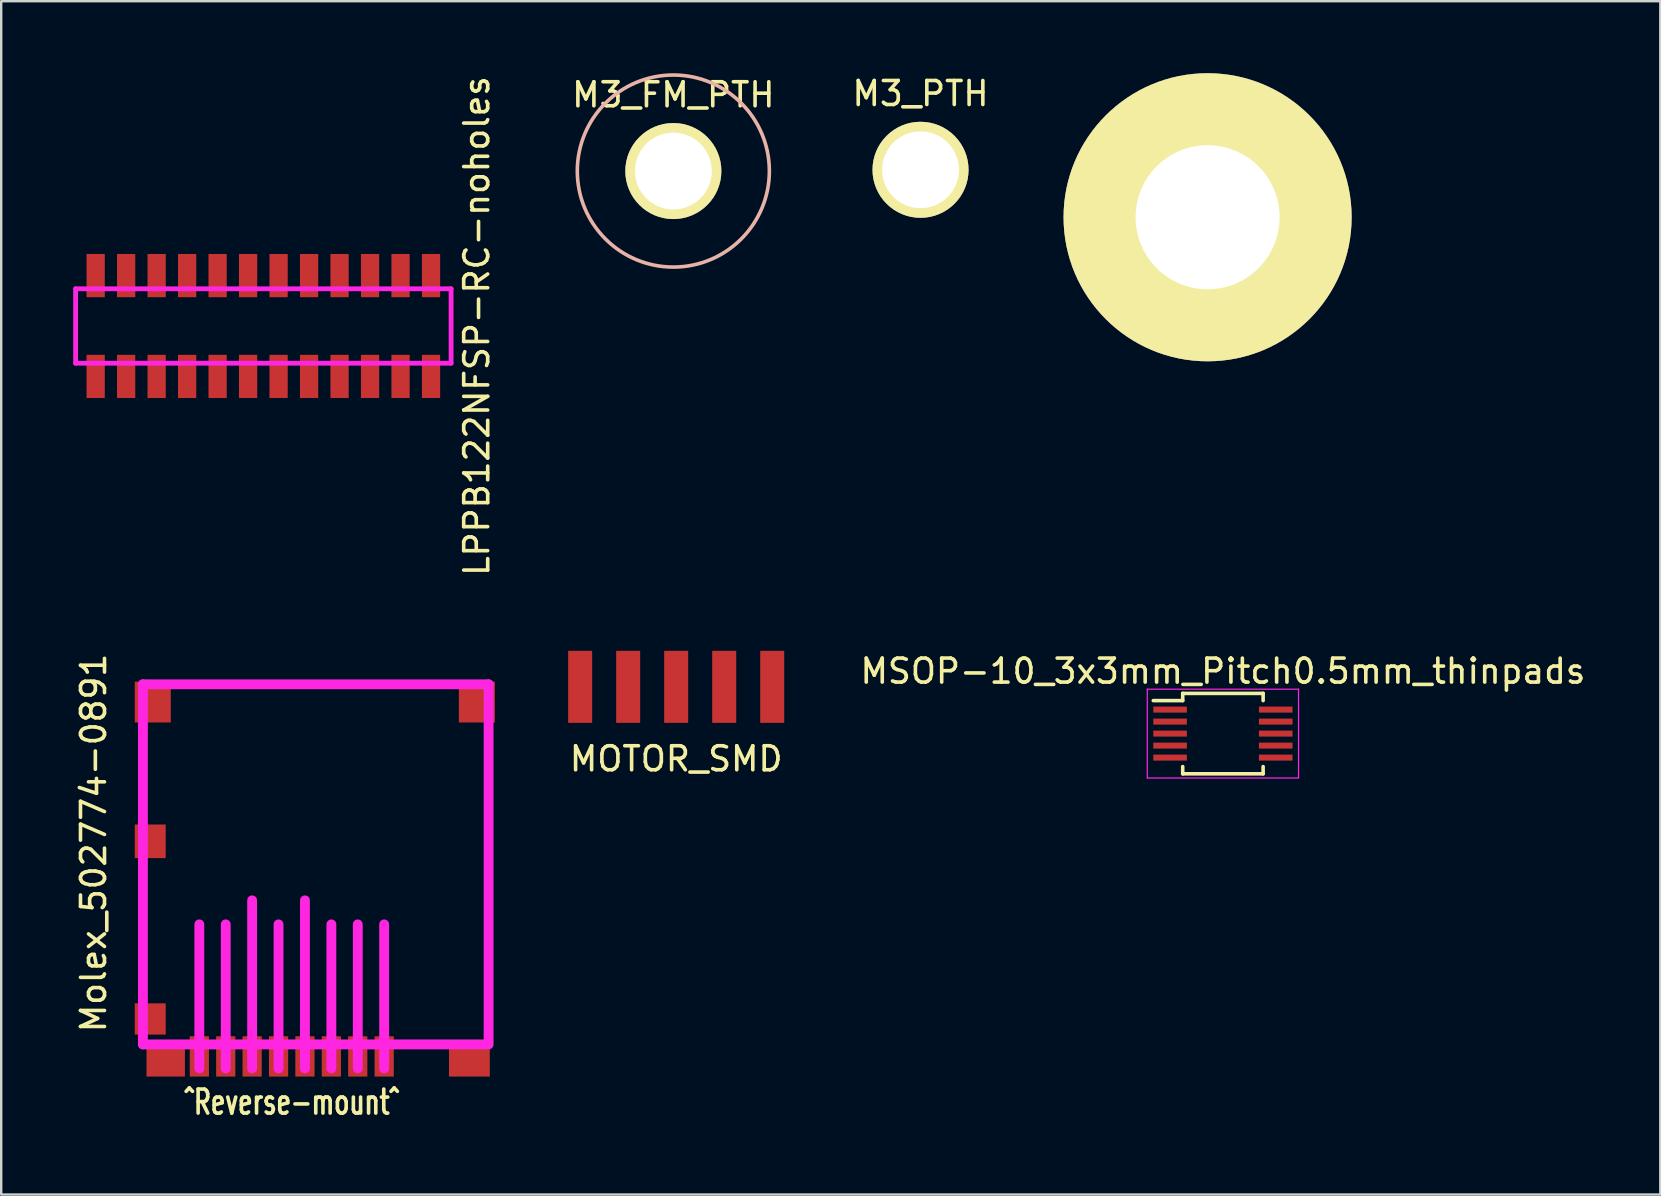
<source format=kicad_pcb>
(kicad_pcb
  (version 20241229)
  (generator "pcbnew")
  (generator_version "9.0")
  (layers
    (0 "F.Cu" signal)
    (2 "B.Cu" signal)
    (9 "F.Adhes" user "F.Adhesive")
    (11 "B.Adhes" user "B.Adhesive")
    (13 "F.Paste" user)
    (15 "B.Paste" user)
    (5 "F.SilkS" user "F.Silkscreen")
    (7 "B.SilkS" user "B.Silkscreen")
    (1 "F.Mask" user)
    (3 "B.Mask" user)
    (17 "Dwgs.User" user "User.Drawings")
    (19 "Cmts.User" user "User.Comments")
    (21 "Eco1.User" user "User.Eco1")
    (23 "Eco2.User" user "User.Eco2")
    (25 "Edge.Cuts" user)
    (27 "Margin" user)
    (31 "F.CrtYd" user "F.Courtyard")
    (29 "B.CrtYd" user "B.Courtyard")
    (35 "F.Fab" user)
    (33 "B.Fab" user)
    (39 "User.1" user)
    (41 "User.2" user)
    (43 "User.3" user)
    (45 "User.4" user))
  (footprint "Molex_502774-0891"
    (layer "F.Cu")
    (at 9.103 40.955)
    (property "Reference" "Molex_502774-0891" (at -8.255 -8.89 90) (layer "F.SilkS") (effects (font (size 1 1) (thickness 0.15))))
    (attr through_hole)
    (fp_line (start -6.2 -15.5) (end 8.2 -15.5) (stroke (width 0.41) (type solid)) (layer "F.CrtYd"))
    (fp_line (start -6.2 -0.5) (end -6.2 -15.5) (stroke (width 0.41) (type solid)) (layer "F.CrtYd"))
    (fp_line (start -3.85 0.5) (end -3.85 -5.5) (stroke (width 0.41) (type solid)) (layer "F.CrtYd"))
    (fp_line (start -2.75 0.5) (end -2.75 -5.5) (stroke (width 0.41) (type solid)) (layer "F.CrtYd"))
    (fp_line (start -1.65 0.5) (end -1.65 -6.5) (stroke (width 0.41) (type solid)) (layer "F.CrtYd"))
    (fp_line (start -0.55 0.5) (end -0.55 -5.5) (stroke (width 0.41) (type solid)) (layer "F.CrtYd"))
    (fp_line (start 0.55 0.5) (end 0.55 -6.5) (stroke (width 0.41) (type solid)) (layer "F.CrtYd"))
    (fp_line (start 1.65 0.5) (end 1.65 -5.5) (stroke (width 0.41) (type solid)) (layer "F.CrtYd"))
    (fp_line (start 2.75 0.5) (end 2.75 -5.5) (stroke (width 0.41) (type solid)) (layer "F.CrtYd"))
    (fp_line (start 3.85 0.5) (end 3.85 -5.5) (stroke (width 0.41) (type solid)) (layer "F.CrtYd"))
    (fp_line (start 8.1 -0.5) (end -6.2 -0.5) (stroke (width 0.41) (type solid)) (layer "F.CrtYd"))
    (fp_line (start 8.2 -15.5) (end 8.2 -0.5) (stroke (width 0.41) (type solid)) (layer "F.CrtYd"))
    (fp_text user "^Reverse-mount^" (at 0 1.905 0) (layer "F.SilkS") (effects (font (size 1 0.7) (thickness 0.15))))
    (pad "1" smd rect (at 3.85 0) (size 0.8 1.68) (layers "F.Cu" "F.Mask" "F.Paste"))
    (pad "2" smd rect (at 2.75 0) (size 0.8 1.68) (layers "F.Cu" "F.Mask" "F.Paste"))
    (pad "3" smd rect (at 1.65 0) (size 0.8 1.68) (layers "F.Cu" "F.Mask" "F.Paste"))
    (pad "4" smd rect (at 0.55 0) (size 0.8 1.68) (layers "F.Cu" "F.Mask" "F.Paste"))
    (pad "5" smd rect (at -0.55 0) (size 0.8 1.68) (layers "F.Cu" "F.Mask" "F.Paste"))
    (pad "6" smd rect (at -1.65 0) (size 0.8 1.68) (layers "F.Cu" "F.Mask" "F.Paste"))
    (pad "7" smd rect (at -2.75 0) (size 0.8 1.68) (layers "F.Cu" "F.Mask" "F.Paste"))
    (pad "8" smd rect (at -3.85 0) (size 0.8 1.68) (layers "F.Cu" "F.Mask" "F.Paste"))
    (pad "9" smd rect (at -5.895 -8.96) (size 1.29 1.4) (layers "F.Cu" "F.Mask" "F.Paste"))
    (pad "9" smd rect (at -5.895 -1.56) (size 1.29 1.3) (layers "F.Cu" "F.Mask" "F.Paste"))
    (pad "9" smd rect (at -5.79 -14.76) (size 1.5 1.7) (layers "F.Cu" "F.Mask" "F.Paste"))
    (pad "9" smd rect (at -5.25 0.09) (size 1.6 1.5) (layers "F.Cu" "F.Mask" "F.Paste"))
    (pad "9" smd rect (at 7.4 0.09) (size 1.7 1.5) (layers "F.Cu" "F.Mask" "F.Paste"))
    (pad "9" smd rect (at 7.71 -14.76) (size 1.5 1.7) (layers "F.Cu" "F.Mask" "F.Paste")))
  (footprint "LPPB122NFSP-RC-noholes"
    (layer "F.Cu")
    (at 7.92 10.53)
    (property "Reference" "LPPB122NFSP-RC-noholes" (at 8.89 0 90) (layer "F.SilkS") (effects (font (size 1 1) (thickness 0.15))))
    (attr through_hole)
    (fp_line (start -7.82 -1.55) (end 7.82 -1.55) (stroke (width 0.2) (type solid)) (layer "F.CrtYd"))
    (fp_line (start -7.82 1.55) (end -7.82 -1.55) (stroke (width 0.2) (type solid)) (layer "F.CrtYd"))
    (fp_line (start 7.82 -1.55) (end 7.82 1.55) (stroke (width 0.2) (type solid)) (layer "F.CrtYd"))
    (fp_line (start 7.82 1.55) (end -7.82 1.55) (stroke (width 0.2) (type solid)) (layer "F.CrtYd"))
    (pad "1" smd rect (at -6.985 2.1) (size 0.76 1.8) (layers "F.Cu" "F.Mask" "F.Paste"))
    (pad "2" smd rect (at -6.985 -2.1) (size 0.76 1.8) (layers "F.Cu" "F.Mask" "F.Paste"))
    (pad "3" smd rect (at -5.715 2.1) (size 0.76 1.8) (layers "F.Cu" "F.Mask" "F.Paste"))
    (pad "4" smd rect (at -5.715 -2.1) (size 0.76 1.8) (layers "F.Cu" "F.Mask" "F.Paste"))
    (pad "5" smd rect (at -4.445 2.1) (size 0.76 1.8) (layers "F.Cu" "F.Mask" "F.Paste"))
    (pad "6" smd rect (at -4.445 -2.1) (size 0.76 1.8) (layers "F.Cu" "F.Mask" "F.Paste"))
    (pad "7" smd rect (at -3.175 2.1) (size 0.76 1.8) (layers "F.Cu" "F.Mask" "F.Paste"))
    (pad "8" smd rect (at -3.175 -2.1) (size 0.76 1.8) (layers "F.Cu" "F.Mask" "F.Paste"))
    (pad "9" smd rect (at -1.905 2.1) (size 0.76 1.8) (layers "F.Cu" "F.Mask" "F.Paste"))
    (pad "10" smd rect (at -1.905 -2.1) (size 0.76 1.8) (layers "F.Cu" "F.Mask" "F.Paste"))
    (pad "11" smd rect (at -0.635 2.1) (size 0.76 1.8) (layers "F.Cu" "F.Mask" "F.Paste"))
    (pad "12" smd rect (at -0.635 -2.1) (size 0.76 1.8) (layers "F.Cu" "F.Mask" "F.Paste"))
    (pad "13" smd rect (at 0.635 2.1) (size 0.76 1.8) (layers "F.Cu" "F.Mask" "F.Paste"))
    (pad "14" smd rect (at 0.635 -2.1) (size 0.76 1.8) (layers "F.Cu" "F.Mask" "F.Paste"))
    (pad "15" smd rect (at 1.905 2.1) (size 0.76 1.8) (layers "F.Cu" "F.Mask" "F.Paste"))
    (pad "16" smd rect (at 1.905 -2.1) (size 0.76 1.8) (layers "F.Cu" "F.Mask" "F.Paste"))
    (pad "17" smd rect (at 3.175 2.1) (size 0.76 1.8) (layers "F.Cu" "F.Mask" "F.Paste"))
    (pad "18" smd rect (at 3.175 -2.1) (size 0.76 1.8) (layers "F.Cu" "F.Mask" "F.Paste"))
    (pad "19" smd rect (at 4.445 2.1) (size 0.76 1.8) (layers "F.Cu" "F.Mask" "F.Paste"))
    (pad "20" smd rect (at 4.445 -2.1) (size 0.76 1.8) (layers "F.Cu" "F.Mask" "F.Paste"))
    (pad "21" smd rect (at 5.715 2.1) (size 0.76 1.8) (layers "F.Cu" "F.Mask" "F.Paste"))
    (pad "22" smd rect (at 5.715 -2.1) (size 0.76 1.8) (layers "F.Cu" "F.Mask" "F.Paste"))
    (pad "23" smd rect (at 6.985 2.1) (size 0.76 1.8) (layers "F.Cu" "F.Mask" "F.Paste"))
    (pad "24" smd rect (at 6.985 -2.1) (size 0.76 1.8) (layers "F.Cu" "F.Mask" "F.Paste")))
  (footprint "MOTOR_SMD"
    (layer "F.Cu")
    (at 25.117 25.56)
    (property "Reference" "MOTOR_SMD" (at 0 3 0) (layer "F.SilkS") (effects (font (size 1 1) (thickness 0.15))))
    (attr through_hole)
    (pad "1" smd rect (at -4 0) (size 1 3) (layers "F.Cu" "F.Mask" "F.Paste"))
    (pad "2" smd rect (at -2 0) (size 1 3) (layers "F.Cu" "F.Mask" "F.Paste"))
    (pad "3" smd rect (at 0 0) (size 1 3) (layers "F.Cu" "F.Mask" "F.Paste"))
    (pad "4" smd rect (at 2 0) (size 1 3) (layers "F.Cu" "F.Mask" "F.Paste"))
    (pad "5" smd rect (at 4 0) (size 1 3) (layers "F.Cu" "F.Mask" "F.Paste")))
  (footprint "M3_PTH"
    (layer "F.Cu")
    (at 35.295 4.023)
    (property "Reference" "M3_PTH" (at 0 -3.175 0) (layer "F.SilkS") (effects (font (size 1 1) (thickness 0.15))))
    (attr through_hole)
    (pad "1" thru_hole circle (at 0 0) (size 4 4) (drill 3.2) (layers "*.Cu" "*.Mask" "F.SilkS")))
  (footprint "M3_FM_PTH"
    (layer "F.Cu")
    (at 24.998 4.075)
    (property "Reference" "M3_FM_PTH" (at 0 -3.175 0) (layer "F.SilkS") (effects (font (size 1 1) (thickness 0.15))))
    (attr through_hole)
    (fp_circle (center 0 0) (end 4 0) (stroke (width 0.15) (type solid)) (fill no) (layer "B.SilkS"))
    (pad "1" thru_hole circle (at 0 0) (size 4 4) (drill 3.2) (layers "*.Cu" "*.Mask" "F.SilkS")))
  (footprint "MSOP-10_3x3mm_Pitch0.5mm_thinpads"
    (layer "F.Cu")
    (at 47.891 27.508)
    (property "Reference" "MSOP-10_3x3mm_Pitch0.5mm_thinpads" (at 0 -2.6 0) (layer "F.SilkS") (effects (font (size 1 1) (thickness 0.15))))
    (attr smd)
    (fp_line (start -1.675 -1.675) (end -1.675 -1.375) (stroke (width 0.15) (type solid)) (layer "F.SilkS"))
    (fp_line (start -1.675 -1.675) (end 1.675 -1.675) (stroke (width 0.15) (type solid)) (layer "F.SilkS"))
    (fp_line (start -1.675 -1.375) (end -2.9 -1.375) (stroke (width 0.15) (type solid)) (layer "F.SilkS"))
    (fp_line (start -1.675 1.675) (end -1.675 1.375) (stroke (width 0.15) (type solid)) (layer "F.SilkS"))
    (fp_line (start -1.675 1.675) (end 1.675 1.675) (stroke (width 0.15) (type solid)) (layer "F.SilkS"))
    (fp_line (start 1.675 -1.675) (end 1.675 -1.375) (stroke (width 0.15) (type solid)) (layer "F.SilkS"))
    (fp_line (start 1.675 1.675) (end 1.675 1.375) (stroke (width 0.15) (type solid)) (layer "F.SilkS"))
    (fp_line (start -3.15 -1.85) (end -3.15 1.85) (stroke (width 0.05) (type solid)) (layer "F.CrtYd"))
    (fp_line (start -3.15 -1.85) (end 3.15 -1.85) (stroke (width 0.05) (type solid)) (layer "F.CrtYd"))
    (fp_line (start -3.15 1.85) (end 3.15 1.85) (stroke (width 0.05) (type solid)) (layer "F.CrtYd"))
    (fp_line (start 3.15 -1.85) (end 3.15 1.85) (stroke (width 0.05) (type solid)) (layer "F.CrtYd"))
    (pad "1" smd rect (at -2.2 -1) (size 1.4 0.25) (layers "F.Cu" "F.Mask" "F.Paste"))
    (pad "2" smd rect (at -2.2 -0.5) (size 1.4 0.25) (layers "F.Cu" "F.Mask" "F.Paste"))
    (pad "3" smd rect (at -2.2 0) (size 1.4 0.25) (layers "F.Cu" "F.Mask" "F.Paste"))
    (pad "4" smd rect (at -2.2 0.5) (size 1.4 0.25) (layers "F.Cu" "F.Mask" "F.Paste"))
    (pad "5" smd rect (at -2.2 1) (size 1.4 0.25) (layers "F.Cu" "F.Mask" "F.Paste"))
    (pad "6" smd rect (at 2.2 1) (size 1.4 0.25) (layers "F.Cu" "F.Mask" "F.Paste"))
    (pad "7" smd rect (at 2.2 0.5) (size 1.4 0.25) (layers "F.Cu" "F.Mask" "F.Paste"))
    (pad "8" smd rect (at 2.2 0) (size 1.4 0.25) (layers "F.Cu" "F.Mask" "F.Paste"))
    (pad "9" smd rect (at 2.2 -0.5) (size 1.4 0.25) (layers "F.Cu" "F.Mask" "F.Paste"))
    (pad "10" smd rect (at 2.2 -1) (size 1.4 0.25) (layers "F.Cu" "F.Mask" "F.Paste")))
  (footprint "M6_PTH"
    (layer "F.Cu")
    (at 47.253 6)
    (property "Reference" "M6_PTH" (at 0 -3.175 0) (layer "F.SilkS") (effects (font (size 1 1) (thickness 0.15))))
    (attr through_hole)
    (pad "1" thru_hole circle (at 0 0) (size 12 12) (drill 6) (layers "*.Cu" "*.Mask" "F.SilkS")))
  (gr_rect
    (start -3 -3)
    (end 66.111 46.709)
    (stroke (width 0.1) (type default))
    (fill no)
    (layer "Edge.Cuts")))
</source>
